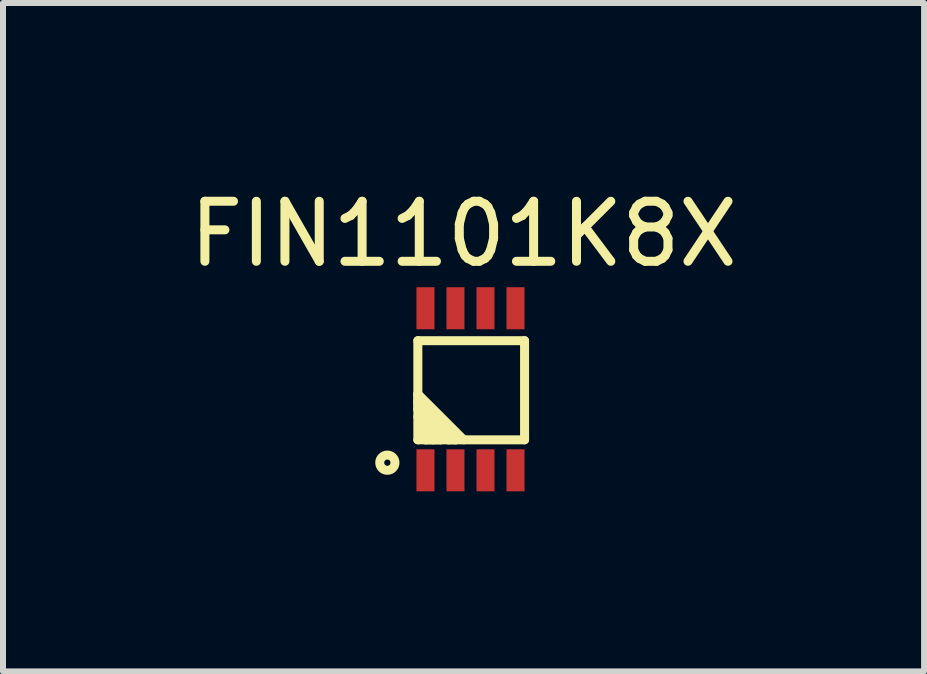
<source format=kicad_pcb>
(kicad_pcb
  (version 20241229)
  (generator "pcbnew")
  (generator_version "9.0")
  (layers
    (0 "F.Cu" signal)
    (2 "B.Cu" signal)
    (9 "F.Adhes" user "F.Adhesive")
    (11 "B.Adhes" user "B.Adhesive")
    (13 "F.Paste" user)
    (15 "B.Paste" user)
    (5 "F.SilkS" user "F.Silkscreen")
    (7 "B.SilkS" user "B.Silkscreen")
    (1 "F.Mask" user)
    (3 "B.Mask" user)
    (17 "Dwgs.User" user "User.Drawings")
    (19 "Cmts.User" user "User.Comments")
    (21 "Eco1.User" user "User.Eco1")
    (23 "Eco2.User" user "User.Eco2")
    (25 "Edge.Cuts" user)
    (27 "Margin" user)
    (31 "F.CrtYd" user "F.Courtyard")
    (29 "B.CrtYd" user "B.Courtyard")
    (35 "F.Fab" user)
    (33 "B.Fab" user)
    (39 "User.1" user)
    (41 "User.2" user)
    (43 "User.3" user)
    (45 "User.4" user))
  (footprint "FIN1101K8X"
    (layer "F.Cu")
    (at 4.038 4.785)
    (property "Reference" "FIN1101K8X" (at 0.635 -3.937 0) (layer "F.SilkS") (effects (font (size 1 1) (thickness 0.15))))
    (attr through_hole)
    (fp_line (start -0.127 -2.159) (end 1.651 -2.159) (stroke (width 0.15) (type solid)) (layer "F.SilkS"))
    (fp_line (start -0.127 -1.27) (end 0.635 -0.508) (stroke (width 0.15) (type solid)) (layer "F.SilkS"))
    (fp_line (start -0.127 -1.143) (end 0.508 -0.508) (stroke (width 0.15) (type solid)) (layer "F.SilkS"))
    (fp_line (start -0.127 -1.016) (end -0.127 -1.27) (stroke (width 0.15) (type solid)) (layer "F.SilkS"))
    (fp_line (start -0.127 -0.889) (end 0.254 -0.508) (stroke (width 0.15) (type solid)) (layer "F.SilkS"))
    (fp_line (start -0.127 -0.508) (end -0.127 -2.159) (stroke (width 0.15) (type solid)) (layer "F.SilkS"))
    (fp_line (start 0 -0.762) (end 0.127 -0.508) (stroke (width 0.15) (type solid)) (layer "F.SilkS"))
    (fp_line (start 0 -0.635) (end 0 -0.762) (stroke (width 0.15) (type solid)) (layer "F.SilkS"))
    (fp_line (start 0 -0.508) (end 0 -0.635) (stroke (width 0.15) (type solid)) (layer "F.SilkS"))
    (fp_line (start 0.254 -0.508) (end 0 -0.508) (stroke (width 0.15) (type solid)) (layer "F.SilkS"))
    (fp_line (start 0.381 -0.508) (end -0.127 -1.016) (stroke (width 0.15) (type solid)) (layer "F.SilkS"))
    (fp_line (start 0.508 -0.508) (end 0.381 -0.508) (stroke (width 0.15) (type solid)) (layer "F.SilkS"))
    (fp_line (start 1.651 -2.159) (end 1.651 -0.508) (stroke (width 0.15) (type solid)) (layer "F.SilkS"))
    (fp_line (start 1.651 -0.508) (end -0.127 -0.508) (stroke (width 0.15) (type solid)) (layer "F.SilkS"))
    (fp_circle (center -0.635 -0.127) (end -0.635 -0.254) (stroke (width 0.15) (type solid)) (fill no) (layer "F.SilkS"))
    (pad "1" smd rect (at 0 0) (size 0.3 0.7) (layers "F.Cu" "F.Mask" "F.Paste"))
    (pad "2" smd rect (at 0.5 0) (size 0.3 0.7) (layers "F.Cu" "F.Mask" "F.Paste"))
    (pad "3" smd rect (at 1 0) (size 0.3 0.7) (layers "F.Cu" "F.Mask" "F.Paste"))
    (pad "4" smd rect (at 1.5 0) (size 0.3 0.7) (layers "F.Cu" "F.Mask" "F.Paste"))
    (pad "5" smd rect (at 1.5 -2.7) (size 0.3 0.7) (layers "F.Cu" "F.Mask" "F.Paste"))
    (pad "6" smd rect (at 1 -2.7) (size 0.3 0.7) (layers "F.Cu" "F.Mask" "F.Paste"))
    (pad "7" smd rect (at 0.5 -2.7) (size 0.3 0.7) (layers "F.Cu" "F.Mask" "F.Paste"))
    (pad "8" smd rect (at 0 -2.7) (size 0.3 0.7) (layers "F.Cu" "F.Mask" "F.Paste")))
  (gr_rect
    (start -3 -3)
    (end 12.345 8.135)
    (stroke (width 0.1) (type default))
    (fill no)
    (layer "Edge.Cuts")))
</source>
